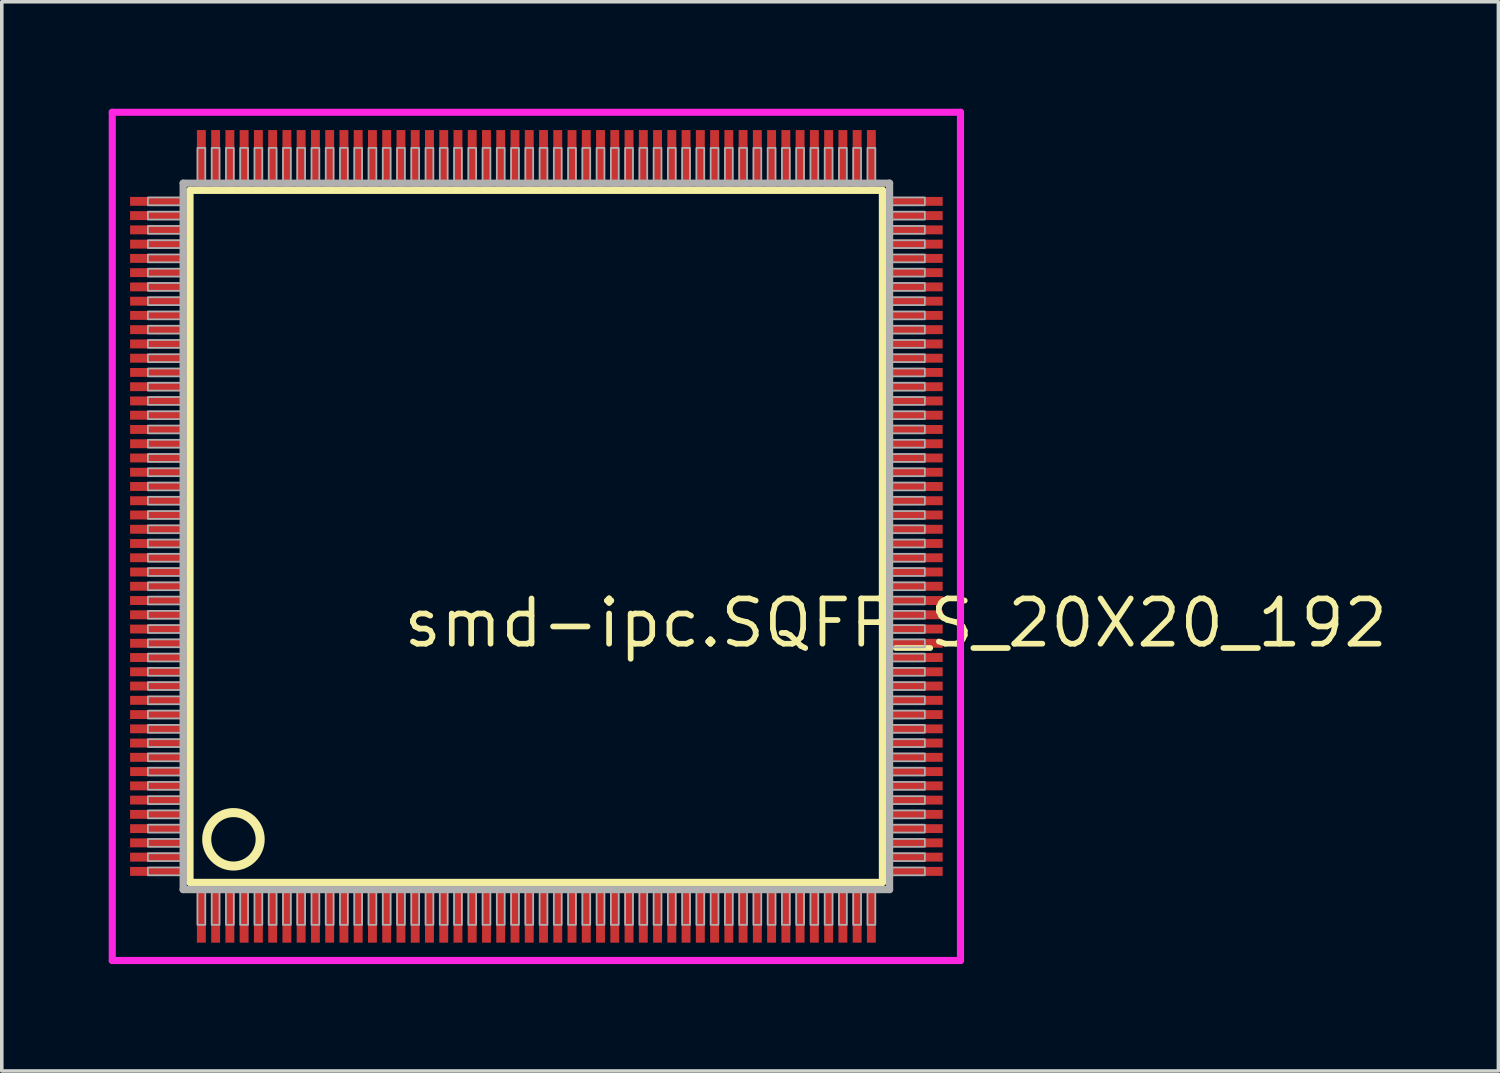
<source format=kicad_pcb>
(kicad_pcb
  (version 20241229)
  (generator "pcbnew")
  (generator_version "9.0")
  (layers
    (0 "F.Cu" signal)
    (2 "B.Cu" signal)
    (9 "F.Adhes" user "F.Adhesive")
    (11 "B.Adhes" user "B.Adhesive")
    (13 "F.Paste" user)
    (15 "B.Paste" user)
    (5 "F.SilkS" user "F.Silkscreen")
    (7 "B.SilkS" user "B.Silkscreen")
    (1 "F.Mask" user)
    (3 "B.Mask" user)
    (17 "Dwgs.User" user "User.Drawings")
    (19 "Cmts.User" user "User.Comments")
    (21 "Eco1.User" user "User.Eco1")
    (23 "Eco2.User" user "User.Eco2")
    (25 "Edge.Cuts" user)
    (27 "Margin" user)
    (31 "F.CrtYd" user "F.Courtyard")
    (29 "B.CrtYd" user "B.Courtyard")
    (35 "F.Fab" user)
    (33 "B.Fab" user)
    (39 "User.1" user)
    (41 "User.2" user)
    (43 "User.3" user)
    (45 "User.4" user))
  (footprint "smd-ipc.SQFP_S_20X20_192"
    (layer "F.Cu")
    (at 12 12)
    (property "Reference" "smd-ipc.SQFP_S_20X20_192" (at -3.81 3.175 0) (layer "F.SilkS") (effects (font (size 1.27 1.27) (thickness 0.16)) (justify left bottom)))
    (attr smd)
    (fp_line (start -9.72 -9.71) (end 9.71 -9.71) (stroke (width 0.203) (type default)) (layer "F.SilkS"))
    (fp_line (start -9.72 9.71) (end -9.72 -9.71) (stroke (width 0.203) (type default)) (layer "F.SilkS"))
    (fp_line (start 9.71 9.71) (end -9.72 9.71) (stroke (width 0.203) (type default)) (layer "F.SilkS"))
    (fp_line (start 9.71 -9.71) (end 9.71 9.71) (stroke (width 0.203) (type default)) (layer "F.SilkS"))
    (fp_circle (center -8.5 8.5) (end -7.75 8.5) (stroke (width 0.254) (type default)) (fill no) (layer "F.SilkS"))
    (fp_line (start -11.9 -11.9) (end 11.9 -11.9) (stroke (width 0.2) (type default)) (layer "F.CrtYd"))
    (fp_line (start -11.9 11.9) (end -11.9 -11.9) (stroke (width 0.2) (type default)) (layer "F.CrtYd"))
    (fp_line (start 11.9 -11.9) (end 11.9 11.9) (stroke (width 0.2) (type default)) (layer "F.CrtYd"))
    (fp_line (start 11.9 11.9) (end -11.9 11.9) (stroke (width 0.2) (type default)) (layer "F.CrtYd"))
    (fp_line (start -9.91 -9.91) (end -9.91 9.91) (stroke (width 0.203) (type default)) (layer "F.Fab"))
    (fp_line (start -9.91 9.91) (end 9.91 9.91) (stroke (width 0.203) (type default)) (layer "F.Fab"))
    (fp_line (start 9.91 -9.91) (end -9.91 -9.91) (stroke (width 0.203) (type default)) (layer "F.Fab"))
    (fp_line (start 9.91 9.91) (end 9.91 -9.91) (stroke (width 0.203) (type default)) (layer "F.Fab"))
    (fp_rect (start -10.9 -9.29) (end -9.95 -9.51) (stroke (width 0.05) (type default)) (fill no) (layer "F.Fab"))
    (fp_rect (start -10.9 -8.89) (end -9.95 -9.11) (stroke (width 0.05) (type default)) (fill no) (layer "F.Fab"))
    (fp_rect (start -10.9 -8.49) (end -9.95 -8.71) (stroke (width 0.05) (type default)) (fill no) (layer "F.Fab"))
    (fp_rect (start -10.9 -8.09) (end -9.95 -8.31) (stroke (width 0.05) (type default)) (fill no) (layer "F.Fab"))
    (fp_rect (start -10.9 -7.69) (end -9.95 -7.91) (stroke (width 0.05) (type default)) (fill no) (layer "F.Fab"))
    (fp_rect (start -10.9 -7.29) (end -9.95 -7.51) (stroke (width 0.05) (type default)) (fill no) (layer "F.Fab"))
    (fp_rect (start -10.9 -6.89) (end -9.95 -7.11) (stroke (width 0.05) (type default)) (fill no) (layer "F.Fab"))
    (fp_rect (start -10.9 -6.49) (end -9.95 -6.71) (stroke (width 0.05) (type default)) (fill no) (layer "F.Fab"))
    (fp_rect (start -10.9 -6.09) (end -9.95 -6.31) (stroke (width 0.05) (type default)) (fill no) (layer "F.Fab"))
    (fp_rect (start -10.9 -5.69) (end -9.95 -5.91) (stroke (width 0.05) (type default)) (fill no) (layer "F.Fab"))
    (fp_rect (start -10.9 -5.29) (end -9.95 -5.51) (stroke (width 0.05) (type default)) (fill no) (layer "F.Fab"))
    (fp_rect (start -10.9 -4.89) (end -9.95 -5.11) (stroke (width 0.05) (type default)) (fill no) (layer "F.Fab"))
    (fp_rect (start -10.9 -4.49) (end -9.95 -4.71) (stroke (width 0.05) (type default)) (fill no) (layer "F.Fab"))
    (fp_rect (start -10.9 -4.09) (end -9.95 -4.31) (stroke (width 0.05) (type default)) (fill no) (layer "F.Fab"))
    (fp_rect (start -10.9 -3.69) (end -9.95 -3.91) (stroke (width 0.05) (type default)) (fill no) (layer "F.Fab"))
    (fp_rect (start -10.9 -3.29) (end -9.95 -3.51) (stroke (width 0.05) (type default)) (fill no) (layer "F.Fab"))
    (fp_rect (start -10.9 -2.89) (end -9.95 -3.11) (stroke (width 0.05) (type default)) (fill no) (layer "F.Fab"))
    (fp_rect (start -10.9 -2.49) (end -9.95 -2.71) (stroke (width 0.05) (type default)) (fill no) (layer "F.Fab"))
    (fp_rect (start -10.9 -2.09) (end -9.95 -2.31) (stroke (width 0.05) (type default)) (fill no) (layer "F.Fab"))
    (fp_rect (start -10.9 -1.69) (end -9.95 -1.91) (stroke (width 0.05) (type default)) (fill no) (layer "F.Fab"))
    (fp_rect (start -10.9 -1.29) (end -9.95 -1.51) (stroke (width 0.05) (type default)) (fill no) (layer "F.Fab"))
    (fp_rect (start -10.9 -0.89) (end -9.95 -1.11) (stroke (width 0.05) (type default)) (fill no) (layer "F.Fab"))
    (fp_rect (start -10.9 -0.49) (end -9.95 -0.71) (stroke (width 0.05) (type default)) (fill no) (layer "F.Fab"))
    (fp_rect (start -10.9 -0.09) (end -9.95 -0.31) (stroke (width 0.05) (type default)) (fill no) (layer "F.Fab"))
    (fp_rect (start -10.9 0.31) (end -9.95 0.09) (stroke (width 0.05) (type default)) (fill no) (layer "F.Fab"))
    (fp_rect (start -10.9 0.71) (end -9.95 0.49) (stroke (width 0.05) (type default)) (fill no) (layer "F.Fab"))
    (fp_rect (start -10.9 1.11) (end -9.95 0.89) (stroke (width 0.05) (type default)) (fill no) (layer "F.Fab"))
    (fp_rect (start -10.9 1.51) (end -9.95 1.29) (stroke (width 0.05) (type default)) (fill no) (layer "F.Fab"))
    (fp_rect (start -10.9 1.91) (end -9.95 1.69) (stroke (width 0.05) (type default)) (fill no) (layer "F.Fab"))
    (fp_rect (start -10.9 2.31) (end -9.95 2.09) (stroke (width 0.05) (type default)) (fill no) (layer "F.Fab"))
    (fp_rect (start -10.9 2.71) (end -9.95 2.49) (stroke (width 0.05) (type default)) (fill no) (layer "F.Fab"))
    (fp_rect (start -10.9 3.11) (end -9.95 2.89) (stroke (width 0.05) (type default)) (fill no) (layer "F.Fab"))
    (fp_rect (start -10.9 3.51) (end -9.95 3.29) (stroke (width 0.05) (type default)) (fill no) (layer "F.Fab"))
    (fp_rect (start -10.9 3.91) (end -9.95 3.69) (stroke (width 0.05) (type default)) (fill no) (layer "F.Fab"))
    (fp_rect (start -10.9 4.31) (end -9.95 4.09) (stroke (width 0.05) (type default)) (fill no) (layer "F.Fab"))
    (fp_rect (start -10.9 4.71) (end -9.95 4.49) (stroke (width 0.05) (type default)) (fill no) (layer "F.Fab"))
    (fp_rect (start -10.9 5.11) (end -9.95 4.89) (stroke (width 0.05) (type default)) (fill no) (layer "F.Fab"))
    (fp_rect (start -10.9 5.51) (end -9.95 5.29) (stroke (width 0.05) (type default)) (fill no) (layer "F.Fab"))
    (fp_rect (start -10.9 5.91) (end -9.95 5.69) (stroke (width 0.05) (type default)) (fill no) (layer "F.Fab"))
    (fp_rect (start -10.9 6.31) (end -9.95 6.09) (stroke (width 0.05) (type default)) (fill no) (layer "F.Fab"))
    (fp_rect (start -10.9 6.71) (end -9.95 6.49) (stroke (width 0.05) (type default)) (fill no) (layer "F.Fab"))
    (fp_rect (start -10.9 7.11) (end -9.95 6.89) (stroke (width 0.05) (type default)) (fill no) (layer "F.Fab"))
    (fp_rect (start -10.9 7.51) (end -9.95 7.29) (stroke (width 0.05) (type default)) (fill no) (layer "F.Fab"))
    (fp_rect (start -10.9 7.91) (end -9.95 7.69) (stroke (width 0.05) (type default)) (fill no) (layer "F.Fab"))
    (fp_rect (start -10.9 8.31) (end -9.95 8.09) (stroke (width 0.05) (type default)) (fill no) (layer "F.Fab"))
    (fp_rect (start -10.9 8.71) (end -9.95 8.49) (stroke (width 0.05) (type default)) (fill no) (layer "F.Fab"))
    (fp_rect (start -10.9 9.11) (end -9.95 8.89) (stroke (width 0.05) (type default)) (fill no) (layer "F.Fab"))
    (fp_rect (start -10.9 9.51) (end -9.95 9.29) (stroke (width 0.05) (type default)) (fill no) (layer "F.Fab"))
    (fp_rect (start -9.51 -9.95) (end -9.29 -10.9) (stroke (width 0.05) (type default)) (fill no) (layer "F.Fab"))
    (fp_rect (start -9.51 10.9) (end -9.29 9.95) (stroke (width 0.05) (type default)) (fill no) (layer "F.Fab"))
    (fp_rect (start -9.11 -9.95) (end -8.89 -10.9) (stroke (width 0.05) (type default)) (fill no) (layer "F.Fab"))
    (fp_rect (start -9.11 10.9) (end -8.89 9.95) (stroke (width 0.05) (type default)) (fill no) (layer "F.Fab"))
    (fp_rect (start -8.71 -9.95) (end -8.49 -10.9) (stroke (width 0.05) (type default)) (fill no) (layer "F.Fab"))
    (fp_rect (start -8.71 10.9) (end -8.49 9.95) (stroke (width 0.05) (type default)) (fill no) (layer "F.Fab"))
    (fp_rect (start -8.31 -9.95) (end -8.09 -10.9) (stroke (width 0.05) (type default)) (fill no) (layer "F.Fab"))
    (fp_rect (start -8.31 10.9) (end -8.09 9.95) (stroke (width 0.05) (type default)) (fill no) (layer "F.Fab"))
    (fp_rect (start -7.91 -9.95) (end -7.69 -10.9) (stroke (width 0.05) (type default)) (fill no) (layer "F.Fab"))
    (fp_rect (start -7.91 10.9) (end -7.69 9.95) (stroke (width 0.05) (type default)) (fill no) (layer "F.Fab"))
    (fp_rect (start -7.51 -9.95) (end -7.29 -10.9) (stroke (width 0.05) (type default)) (fill no) (layer "F.Fab"))
    (fp_rect (start -7.51 10.9) (end -7.29 9.95) (stroke (width 0.05) (type default)) (fill no) (layer "F.Fab"))
    (fp_rect (start -7.11 -9.95) (end -6.89 -10.9) (stroke (width 0.05) (type default)) (fill no) (layer "F.Fab"))
    (fp_rect (start -7.11 10.9) (end -6.89 9.95) (stroke (width 0.05) (type default)) (fill no) (layer "F.Fab"))
    (fp_rect (start -6.71 -9.95) (end -6.49 -10.9) (stroke (width 0.05) (type default)) (fill no) (layer "F.Fab"))
    (fp_rect (start -6.71 10.9) (end -6.49 9.95) (stroke (width 0.05) (type default)) (fill no) (layer "F.Fab"))
    (fp_rect (start -6.31 -9.95) (end -6.09 -10.9) (stroke (width 0.05) (type default)) (fill no) (layer "F.Fab"))
    (fp_rect (start -6.31 10.9) (end -6.09 9.95) (stroke (width 0.05) (type default)) (fill no) (layer "F.Fab"))
    (fp_rect (start -5.91 -9.95) (end -5.69 -10.9) (stroke (width 0.05) (type default)) (fill no) (layer "F.Fab"))
    (fp_rect (start -5.91 10.9) (end -5.69 9.95) (stroke (width 0.05) (type default)) (fill no) (layer "F.Fab"))
    (fp_rect (start -5.51 -9.95) (end -5.29 -10.9) (stroke (width 0.05) (type default)) (fill no) (layer "F.Fab"))
    (fp_rect (start -5.51 10.9) (end -5.29 9.95) (stroke (width 0.05) (type default)) (fill no) (layer "F.Fab"))
    (fp_rect (start -5.11 -9.95) (end -4.89 -10.9) (stroke (width 0.05) (type default)) (fill no) (layer "F.Fab"))
    (fp_rect (start -5.11 10.9) (end -4.89 9.95) (stroke (width 0.05) (type default)) (fill no) (layer "F.Fab"))
    (fp_rect (start -4.71 -9.95) (end -4.49 -10.9) (stroke (width 0.05) (type default)) (fill no) (layer "F.Fab"))
    (fp_rect (start -4.71 10.9) (end -4.49 9.95) (stroke (width 0.05) (type default)) (fill no) (layer "F.Fab"))
    (fp_rect (start -4.31 -9.95) (end -4.09 -10.9) (stroke (width 0.05) (type default)) (fill no) (layer "F.Fab"))
    (fp_rect (start -4.31 10.9) (end -4.09 9.95) (stroke (width 0.05) (type default)) (fill no) (layer "F.Fab"))
    (fp_rect (start -3.91 -9.95) (end -3.69 -10.9) (stroke (width 0.05) (type default)) (fill no) (layer "F.Fab"))
    (fp_rect (start -3.91 10.9) (end -3.69 9.95) (stroke (width 0.05) (type default)) (fill no) (layer "F.Fab"))
    (fp_rect (start -3.51 -9.95) (end -3.29 -10.9) (stroke (width 0.05) (type default)) (fill no) (layer "F.Fab"))
    (fp_rect (start -3.51 10.9) (end -3.29 9.95) (stroke (width 0.05) (type default)) (fill no) (layer "F.Fab"))
    (fp_rect (start -3.11 -9.95) (end -2.89 -10.9) (stroke (width 0.05) (type default)) (fill no) (layer "F.Fab"))
    (fp_rect (start -3.11 10.9) (end -2.89 9.95) (stroke (width 0.05) (type default)) (fill no) (layer "F.Fab"))
    (fp_rect (start -2.71 -9.95) (end -2.49 -10.9) (stroke (width 0.05) (type default)) (fill no) (layer "F.Fab"))
    (fp_rect (start -2.71 10.9) (end -2.49 9.95) (stroke (width 0.05) (type default)) (fill no) (layer "F.Fab"))
    (fp_rect (start -2.31 -9.95) (end -2.09 -10.9) (stroke (width 0.05) (type default)) (fill no) (layer "F.Fab"))
    (fp_rect (start -2.31 10.9) (end -2.09 9.95) (stroke (width 0.05) (type default)) (fill no) (layer "F.Fab"))
    (fp_rect (start -1.91 -9.95) (end -1.69 -10.9) (stroke (width 0.05) (type default)) (fill no) (layer "F.Fab"))
    (fp_rect (start -1.91 10.9) (end -1.69 9.95) (stroke (width 0.05) (type default)) (fill no) (layer "F.Fab"))
    (fp_rect (start -1.51 -9.95) (end -1.29 -10.9) (stroke (width 0.05) (type default)) (fill no) (layer "F.Fab"))
    (fp_rect (start -1.51 10.9) (end -1.29 9.95) (stroke (width 0.05) (type default)) (fill no) (layer "F.Fab"))
    (fp_rect (start -1.11 -9.95) (end -0.89 -10.9) (stroke (width 0.05) (type default)) (fill no) (layer "F.Fab"))
    (fp_rect (start -1.11 10.9) (end -0.89 9.95) (stroke (width 0.05) (type default)) (fill no) (layer "F.Fab"))
    (fp_rect (start -0.71 -9.95) (end -0.49 -10.9) (stroke (width 0.05) (type default)) (fill no) (layer "F.Fab"))
    (fp_rect (start -0.71 10.9) (end -0.49 9.95) (stroke (width 0.05) (type default)) (fill no) (layer "F.Fab"))
    (fp_rect (start -0.31 -9.95) (end -0.09 -10.9) (stroke (width 0.05) (type default)) (fill no) (layer "F.Fab"))
    (fp_rect (start -0.31 10.9) (end -0.09 9.95) (stroke (width 0.05) (type default)) (fill no) (layer "F.Fab"))
    (fp_rect (start 0.09 -9.95) (end 0.31 -10.9) (stroke (width 0.05) (type default)) (fill no) (layer "F.Fab"))
    (fp_rect (start 0.09 10.9) (end 0.31 9.95) (stroke (width 0.05) (type default)) (fill no) (layer "F.Fab"))
    (fp_rect (start 0.49 -9.95) (end 0.71 -10.9) (stroke (width 0.05) (type default)) (fill no) (layer "F.Fab"))
    (fp_rect (start 0.49 10.9) (end 0.71 9.95) (stroke (width 0.05) (type default)) (fill no) (layer "F.Fab"))
    (fp_rect (start 0.89 -9.95) (end 1.11 -10.9) (stroke (width 0.05) (type default)) (fill no) (layer "F.Fab"))
    (fp_rect (start 0.89 10.9) (end 1.11 9.95) (stroke (width 0.05) (type default)) (fill no) (layer "F.Fab"))
    (fp_rect (start 1.29 -9.95) (end 1.51 -10.9) (stroke (width 0.05) (type default)) (fill no) (layer "F.Fab"))
    (fp_rect (start 1.29 10.9) (end 1.51 9.95) (stroke (width 0.05) (type default)) (fill no) (layer "F.Fab"))
    (fp_rect (start 1.69 -9.95) (end 1.91 -10.9) (stroke (width 0.05) (type default)) (fill no) (layer "F.Fab"))
    (fp_rect (start 1.69 10.9) (end 1.91 9.95) (stroke (width 0.05) (type default)) (fill no) (layer "F.Fab"))
    (fp_rect (start 2.09 -9.95) (end 2.31 -10.9) (stroke (width 0.05) (type default)) (fill no) (layer "F.Fab"))
    (fp_rect (start 2.09 10.9) (end 2.31 9.95) (stroke (width 0.05) (type default)) (fill no) (layer "F.Fab"))
    (fp_rect (start 2.49 -9.95) (end 2.71 -10.9) (stroke (width 0.05) (type default)) (fill no) (layer "F.Fab"))
    (fp_rect (start 2.49 10.9) (end 2.71 9.95) (stroke (width 0.05) (type default)) (fill no) (layer "F.Fab"))
    (fp_rect (start 2.89 -9.95) (end 3.11 -10.9) (stroke (width 0.05) (type default)) (fill no) (layer "F.Fab"))
    (fp_rect (start 2.89 10.9) (end 3.11 9.95) (stroke (width 0.05) (type default)) (fill no) (layer "F.Fab"))
    (fp_rect (start 3.29 -9.95) (end 3.51 -10.9) (stroke (width 0.05) (type default)) (fill no) (layer "F.Fab"))
    (fp_rect (start 3.29 10.9) (end 3.51 9.95) (stroke (width 0.05) (type default)) (fill no) (layer "F.Fab"))
    (fp_rect (start 3.69 -9.95) (end 3.91 -10.9) (stroke (width 0.05) (type default)) (fill no) (layer "F.Fab"))
    (fp_rect (start 3.69 10.9) (end 3.91 9.95) (stroke (width 0.05) (type default)) (fill no) (layer "F.Fab"))
    (fp_rect (start 4.09 -9.95) (end 4.31 -10.9) (stroke (width 0.05) (type default)) (fill no) (layer "F.Fab"))
    (fp_rect (start 4.09 10.9) (end 4.31 9.95) (stroke (width 0.05) (type default)) (fill no) (layer "F.Fab"))
    (fp_rect (start 4.49 -9.95) (end 4.71 -10.9) (stroke (width 0.05) (type default)) (fill no) (layer "F.Fab"))
    (fp_rect (start 4.49 10.9) (end 4.71 9.95) (stroke (width 0.05) (type default)) (fill no) (layer "F.Fab"))
    (fp_rect (start 4.89 -9.95) (end 5.11 -10.9) (stroke (width 0.05) (type default)) (fill no) (layer "F.Fab"))
    (fp_rect (start 4.89 10.9) (end 5.11 9.95) (stroke (width 0.05) (type default)) (fill no) (layer "F.Fab"))
    (fp_rect (start 5.29 -9.95) (end 5.51 -10.9) (stroke (width 0.05) (type default)) (fill no) (layer "F.Fab"))
    (fp_rect (start 5.29 10.9) (end 5.51 9.95) (stroke (width 0.05) (type default)) (fill no) (layer "F.Fab"))
    (fp_rect (start 5.69 -9.95) (end 5.91 -10.9) (stroke (width 0.05) (type default)) (fill no) (layer "F.Fab"))
    (fp_rect (start 5.69 10.9) (end 5.91 9.95) (stroke (width 0.05) (type default)) (fill no) (layer "F.Fab"))
    (fp_rect (start 6.09 -9.95) (end 6.31 -10.9) (stroke (width 0.05) (type default)) (fill no) (layer "F.Fab"))
    (fp_rect (start 6.09 10.9) (end 6.31 9.95) (stroke (width 0.05) (type default)) (fill no) (layer "F.Fab"))
    (fp_rect (start 6.49 -9.95) (end 6.71 -10.9) (stroke (width 0.05) (type default)) (fill no) (layer "F.Fab"))
    (fp_rect (start 6.49 10.9) (end 6.71 9.95) (stroke (width 0.05) (type default)) (fill no) (layer "F.Fab"))
    (fp_rect (start 6.89 -9.95) (end 7.11 -10.9) (stroke (width 0.05) (type default)) (fill no) (layer "F.Fab"))
    (fp_rect (start 6.89 10.9) (end 7.11 9.95) (stroke (width 0.05) (type default)) (fill no) (layer "F.Fab"))
    (fp_rect (start 7.29 -9.95) (end 7.51 -10.9) (stroke (width 0.05) (type default)) (fill no) (layer "F.Fab"))
    (fp_rect (start 7.29 10.9) (end 7.51 9.95) (stroke (width 0.05) (type default)) (fill no) (layer "F.Fab"))
    (fp_rect (start 7.69 -9.95) (end 7.91 -10.9) (stroke (width 0.05) (type default)) (fill no) (layer "F.Fab"))
    (fp_rect (start 7.69 10.9) (end 7.91 9.95) (stroke (width 0.05) (type default)) (fill no) (layer "F.Fab"))
    (fp_rect (start 8.09 -9.95) (end 8.31 -10.9) (stroke (width 0.05) (type default)) (fill no) (layer "F.Fab"))
    (fp_rect (start 8.09 10.9) (end 8.31 9.95) (stroke (width 0.05) (type default)) (fill no) (layer "F.Fab"))
    (fp_rect (start 8.49 -9.95) (end 8.71 -10.9) (stroke (width 0.05) (type default)) (fill no) (layer "F.Fab"))
    (fp_rect (start 8.49 10.9) (end 8.71 9.95) (stroke (width 0.05) (type default)) (fill no) (layer "F.Fab"))
    (fp_rect (start 8.89 -9.95) (end 9.11 -10.9) (stroke (width 0.05) (type default)) (fill no) (layer "F.Fab"))
    (fp_rect (start 8.89 10.9) (end 9.11 9.95) (stroke (width 0.05) (type default)) (fill no) (layer "F.Fab"))
    (fp_rect (start 9.29 -9.95) (end 9.51 -10.9) (stroke (width 0.05) (type default)) (fill no) (layer "F.Fab"))
    (fp_rect (start 9.29 10.9) (end 9.51 9.95) (stroke (width 0.05) (type default)) (fill no) (layer "F.Fab"))
    (fp_rect (start 9.95 -9.29) (end 10.9 -9.51) (stroke (width 0.05) (type default)) (fill no) (layer "F.Fab"))
    (fp_rect (start 9.95 -8.89) (end 10.9 -9.11) (stroke (width 0.05) (type default)) (fill no) (layer "F.Fab"))
    (fp_rect (start 9.95 -8.49) (end 10.9 -8.71) (stroke (width 0.05) (type default)) (fill no) (layer "F.Fab"))
    (fp_rect (start 9.95 -8.09) (end 10.9 -8.31) (stroke (width 0.05) (type default)) (fill no) (layer "F.Fab"))
    (fp_rect (start 9.95 -7.69) (end 10.9 -7.91) (stroke (width 0.05) (type default)) (fill no) (layer "F.Fab"))
    (fp_rect (start 9.95 -7.29) (end 10.9 -7.51) (stroke (width 0.05) (type default)) (fill no) (layer "F.Fab"))
    (fp_rect (start 9.95 -6.89) (end 10.9 -7.11) (stroke (width 0.05) (type default)) (fill no) (layer "F.Fab"))
    (fp_rect (start 9.95 -6.49) (end 10.9 -6.71) (stroke (width 0.05) (type default)) (fill no) (layer "F.Fab"))
    (fp_rect (start 9.95 -6.09) (end 10.9 -6.31) (stroke (width 0.05) (type default)) (fill no) (layer "F.Fab"))
    (fp_rect (start 9.95 -5.69) (end 10.9 -5.91) (stroke (width 0.05) (type default)) (fill no) (layer "F.Fab"))
    (fp_rect (start 9.95 -5.29) (end 10.9 -5.51) (stroke (width 0.05) (type default)) (fill no) (layer "F.Fab"))
    (fp_rect (start 9.95 -4.89) (end 10.9 -5.11) (stroke (width 0.05) (type default)) (fill no) (layer "F.Fab"))
    (fp_rect (start 9.95 -4.49) (end 10.9 -4.71) (stroke (width 0.05) (type default)) (fill no) (layer "F.Fab"))
    (fp_rect (start 9.95 -4.09) (end 10.9 -4.31) (stroke (width 0.05) (type default)) (fill no) (layer "F.Fab"))
    (fp_rect (start 9.95 -3.69) (end 10.9 -3.91) (stroke (width 0.05) (type default)) (fill no) (layer "F.Fab"))
    (fp_rect (start 9.95 -3.29) (end 10.9 -3.51) (stroke (width 0.05) (type default)) (fill no) (layer "F.Fab"))
    (fp_rect (start 9.95 -2.89) (end 10.9 -3.11) (stroke (width 0.05) (type default)) (fill no) (layer "F.Fab"))
    (fp_rect (start 9.95 -2.49) (end 10.9 -2.71) (stroke (width 0.05) (type default)) (fill no) (layer "F.Fab"))
    (fp_rect (start 9.95 -2.09) (end 10.9 -2.31) (stroke (width 0.05) (type default)) (fill no) (layer "F.Fab"))
    (fp_rect (start 9.95 -1.69) (end 10.9 -1.91) (stroke (width 0.05) (type default)) (fill no) (layer "F.Fab"))
    (fp_rect (start 9.95 -1.29) (end 10.9 -1.51) (stroke (width 0.05) (type default)) (fill no) (layer "F.Fab"))
    (fp_rect (start 9.95 -0.89) (end 10.9 -1.11) (stroke (width 0.05) (type default)) (fill no) (layer "F.Fab"))
    (fp_rect (start 9.95 -0.49) (end 10.9 -0.71) (stroke (width 0.05) (type default)) (fill no) (layer "F.Fab"))
    (fp_rect (start 9.95 -0.09) (end 10.9 -0.31) (stroke (width 0.05) (type default)) (fill no) (layer "F.Fab"))
    (fp_rect (start 9.95 0.31) (end 10.9 0.09) (stroke (width 0.05) (type default)) (fill no) (layer "F.Fab"))
    (fp_rect (start 9.95 0.71) (end 10.9 0.49) (stroke (width 0.05) (type default)) (fill no) (layer "F.Fab"))
    (fp_rect (start 9.95 1.11) (end 10.9 0.89) (stroke (width 0.05) (type default)) (fill no) (layer "F.Fab"))
    (fp_rect (start 9.95 1.51) (end 10.9 1.29) (stroke (width 0.05) (type default)) (fill no) (layer "F.Fab"))
    (fp_rect (start 9.95 1.91) (end 10.9 1.69) (stroke (width 0.05) (type default)) (fill no) (layer "F.Fab"))
    (fp_rect (start 9.95 2.31) (end 10.9 2.09) (stroke (width 0.05) (type default)) (fill no) (layer "F.Fab"))
    (fp_rect (start 9.95 2.71) (end 10.9 2.49) (stroke (width 0.05) (type default)) (fill no) (layer "F.Fab"))
    (fp_rect (start 9.95 3.11) (end 10.9 2.89) (stroke (width 0.05) (type default)) (fill no) (layer "F.Fab"))
    (fp_rect (start 9.95 3.51) (end 10.9 3.29) (stroke (width 0.05) (type default)) (fill no) (layer "F.Fab"))
    (fp_rect (start 9.95 3.91) (end 10.9 3.69) (stroke (width 0.05) (type default)) (fill no) (layer "F.Fab"))
    (fp_rect (start 9.95 4.31) (end 10.9 4.09) (stroke (width 0.05) (type default)) (fill no) (layer "F.Fab"))
    (fp_rect (start 9.95 4.71) (end 10.9 4.49) (stroke (width 0.05) (type default)) (fill no) (layer "F.Fab"))
    (fp_rect (start 9.95 5.11) (end 10.9 4.89) (stroke (width 0.05) (type default)) (fill no) (layer "F.Fab"))
    (fp_rect (start 9.95 5.51) (end 10.9 5.29) (stroke (width 0.05) (type default)) (fill no) (layer "F.Fab"))
    (fp_rect (start 9.95 5.91) (end 10.9 5.69) (stroke (width 0.05) (type default)) (fill no) (layer "F.Fab"))
    (fp_rect (start 9.95 6.31) (end 10.9 6.09) (stroke (width 0.05) (type default)) (fill no) (layer "F.Fab"))
    (fp_rect (start 9.95 6.71) (end 10.9 6.49) (stroke (width 0.05) (type default)) (fill no) (layer "F.Fab"))
    (fp_rect (start 9.95 7.11) (end 10.9 6.89) (stroke (width 0.05) (type default)) (fill no) (layer "F.Fab"))
    (fp_rect (start 9.95 7.51) (end 10.9 7.29) (stroke (width 0.05) (type default)) (fill no) (layer "F.Fab"))
    (fp_rect (start 9.95 7.91) (end 10.9 7.69) (stroke (width 0.05) (type default)) (fill no) (layer "F.Fab"))
    (fp_rect (start 9.95 8.31) (end 10.9 8.09) (stroke (width 0.05) (type default)) (fill no) (layer "F.Fab"))
    (fp_rect (start 9.95 8.71) (end 10.9 8.49) (stroke (width 0.05) (type default)) (fill no) (layer "F.Fab"))
    (fp_rect (start 9.95 9.11) (end 10.9 8.89) (stroke (width 0.05) (type default)) (fill no) (layer "F.Fab"))
    (fp_rect (start 9.95 9.51) (end 10.9 9.29) (stroke (width 0.05) (type default)) (fill no) (layer "F.Fab"))
    (pad "1" smd roundrect (at -9.4 10.6) (size 0.25 1.6) (layers "F.Cu" "F.Mask" "F.Paste") (roundrect_rratio 0.01))
    (pad "2" smd roundrect (at -9 10.6) (size 0.25 1.6) (layers "F.Cu" "F.Mask" "F.Paste") (roundrect_rratio 0.01))
    (pad "3" smd roundrect (at -8.6 10.6) (size 0.25 1.6) (layers "F.Cu" "F.Mask" "F.Paste") (roundrect_rratio 0.01))
    (pad "4" smd roundrect (at -8.2 10.6) (size 0.25 1.6) (layers "F.Cu" "F.Mask" "F.Paste") (roundrect_rratio 0.01))
    (pad "5" smd roundrect (at -7.8 10.6) (size 0.25 1.6) (layers "F.Cu" "F.Mask" "F.Paste") (roundrect_rratio 0.01))
    (pad "6" smd roundrect (at -7.4 10.6) (size 0.25 1.6) (layers "F.Cu" "F.Mask" "F.Paste") (roundrect_rratio 0.01))
    (pad "7" smd roundrect (at -7 10.6) (size 0.25 1.6) (layers "F.Cu" "F.Mask" "F.Paste") (roundrect_rratio 0.01))
    (pad "8" smd roundrect (at -6.6 10.6) (size 0.25 1.6) (layers "F.Cu" "F.Mask" "F.Paste") (roundrect_rratio 0.01))
    (pad "9" smd roundrect (at -6.2 10.6) (size 0.25 1.6) (layers "F.Cu" "F.Mask" "F.Paste") (roundrect_rratio 0.01))
    (pad "10" smd roundrect (at -5.8 10.6) (size 0.25 1.6) (layers "F.Cu" "F.Mask" "F.Paste") (roundrect_rratio 0.01))
    (pad "11" smd roundrect (at -5.4 10.6) (size 0.25 1.6) (layers "F.Cu" "F.Mask" "F.Paste") (roundrect_rratio 0.01))
    (pad "12" smd roundrect (at -5 10.6) (size 0.25 1.6) (layers "F.Cu" "F.Mask" "F.Paste") (roundrect_rratio 0.01))
    (pad "13" smd roundrect (at -4.6 10.6) (size 0.25 1.6) (layers "F.Cu" "F.Mask" "F.Paste") (roundrect_rratio 0.01))
    (pad "14" smd roundrect (at -4.2 10.6) (size 0.25 1.6) (layers "F.Cu" "F.Mask" "F.Paste") (roundrect_rratio 0.01))
    (pad "15" smd roundrect (at -3.8 10.6) (size 0.25 1.6) (layers "F.Cu" "F.Mask" "F.Paste") (roundrect_rratio 0.01))
    (pad "16" smd roundrect (at -3.4 10.6) (size 0.25 1.6) (layers "F.Cu" "F.Mask" "F.Paste") (roundrect_rratio 0.01))
    (pad "17" smd roundrect (at -3 10.6) (size 0.25 1.6) (layers "F.Cu" "F.Mask" "F.Paste") (roundrect_rratio 0.01))
    (pad "18" smd roundrect (at -2.6 10.6) (size 0.25 1.6) (layers "F.Cu" "F.Mask" "F.Paste") (roundrect_rratio 0.01))
    (pad "19" smd roundrect (at -2.2 10.6) (size 0.25 1.6) (layers "F.Cu" "F.Mask" "F.Paste") (roundrect_rratio 0.01))
    (pad "20" smd roundrect (at -1.8 10.6) (size 0.25 1.6) (layers "F.Cu" "F.Mask" "F.Paste") (roundrect_rratio 0.01))
    (pad "21" smd roundrect (at -1.4 10.6) (size 0.25 1.6) (layers "F.Cu" "F.Mask" "F.Paste") (roundrect_rratio 0.01))
    (pad "22" smd roundrect (at -1 10.6) (size 0.25 1.6) (layers "F.Cu" "F.Mask" "F.Paste") (roundrect_rratio 0.01))
    (pad "23" smd roundrect (at -0.6 10.6) (size 0.25 1.6) (layers "F.Cu" "F.Mask" "F.Paste") (roundrect_rratio 0.01))
    (pad "24" smd roundrect (at -0.2 10.6) (size 0.25 1.6) (layers "F.Cu" "F.Mask" "F.Paste") (roundrect_rratio 0.01))
    (pad "25" smd roundrect (at 0.2 10.6) (size 0.25 1.6) (layers "F.Cu" "F.Mask" "F.Paste") (roundrect_rratio 0.01))
    (pad "26" smd roundrect (at 0.6 10.6) (size 0.25 1.6) (layers "F.Cu" "F.Mask" "F.Paste") (roundrect_rratio 0.01))
    (pad "27" smd roundrect (at 1 10.6) (size 0.25 1.6) (layers "F.Cu" "F.Mask" "F.Paste") (roundrect_rratio 0.01))
    (pad "28" smd roundrect (at 1.4 10.6) (size 0.25 1.6) (layers "F.Cu" "F.Mask" "F.Paste") (roundrect_rratio 0.01))
    (pad "29" smd roundrect (at 1.8 10.6) (size 0.25 1.6) (layers "F.Cu" "F.Mask" "F.Paste") (roundrect_rratio 0.01))
    (pad "30" smd roundrect (at 2.2 10.6) (size 0.25 1.6) (layers "F.Cu" "F.Mask" "F.Paste") (roundrect_rratio 0.01))
    (pad "31" smd roundrect (at 2.6 10.6) (size 0.25 1.6) (layers "F.Cu" "F.Mask" "F.Paste") (roundrect_rratio 0.01))
    (pad "32" smd roundrect (at 3 10.6) (size 0.25 1.6) (layers "F.Cu" "F.Mask" "F.Paste") (roundrect_rratio 0.01))
    (pad "33" smd roundrect (at 3.4 10.6) (size 0.25 1.6) (layers "F.Cu" "F.Mask" "F.Paste") (roundrect_rratio 0.01))
    (pad "34" smd roundrect (at 3.8 10.6) (size 0.25 1.6) (layers "F.Cu" "F.Mask" "F.Paste") (roundrect_rratio 0.01))
    (pad "35" smd roundrect (at 4.2 10.6) (size 0.25 1.6) (layers "F.Cu" "F.Mask" "F.Paste") (roundrect_rratio 0.01))
    (pad "36" smd roundrect (at 4.6 10.6) (size 0.25 1.6) (layers "F.Cu" "F.Mask" "F.Paste") (roundrect_rratio 0.01))
    (pad "37" smd roundrect (at 5 10.6) (size 0.25 1.6) (layers "F.Cu" "F.Mask" "F.Paste") (roundrect_rratio 0.01))
    (pad "38" smd roundrect (at 5.4 10.6) (size 0.25 1.6) (layers "F.Cu" "F.Mask" "F.Paste") (roundrect_rratio 0.01))
    (pad "39" smd roundrect (at 5.8 10.6) (size 0.25 1.6) (layers "F.Cu" "F.Mask" "F.Paste") (roundrect_rratio 0.01))
    (pad "40" smd roundrect (at 6.2 10.6) (size 0.25 1.6) (layers "F.Cu" "F.Mask" "F.Paste") (roundrect_rratio 0.01))
    (pad "41" smd roundrect (at 6.6 10.6) (size 0.25 1.6) (layers "F.Cu" "F.Mask" "F.Paste") (roundrect_rratio 0.01))
    (pad "42" smd roundrect (at 7 10.6) (size 0.25 1.6) (layers "F.Cu" "F.Mask" "F.Paste") (roundrect_rratio 0.01))
    (pad "43" smd roundrect (at 7.4 10.6) (size 0.25 1.6) (layers "F.Cu" "F.Mask" "F.Paste") (roundrect_rratio 0.01))
    (pad "44" smd roundrect (at 7.8 10.6) (size 0.25 1.6) (layers "F.Cu" "F.Mask" "F.Paste") (roundrect_rratio 0.01))
    (pad "45" smd roundrect (at 8.2 10.6) (size 0.25 1.6) (layers "F.Cu" "F.Mask" "F.Paste") (roundrect_rratio 0.01))
    (pad "46" smd roundrect (at 8.6 10.6) (size 0.25 1.6) (layers "F.Cu" "F.Mask" "F.Paste") (roundrect_rratio 0.01))
    (pad "47" smd roundrect (at 9 10.6) (size 0.25 1.6) (layers "F.Cu" "F.Mask" "F.Paste") (roundrect_rratio 0.01))
    (pad "48" smd roundrect (at 9.4 10.6) (size 0.25 1.6) (layers "F.Cu" "F.Mask" "F.Paste") (roundrect_rratio 0.01))
    (pad "49" smd roundrect (at 10.6 9.4) (size 1.6 0.25) (layers "F.Cu" "F.Mask" "F.Paste") (roundrect_rratio 0.01))
    (pad "50" smd roundrect (at 10.6 9) (size 1.6 0.25) (layers "F.Cu" "F.Mask" "F.Paste") (roundrect_rratio 0.01))
    (pad "51" smd roundrect (at 10.6 8.6) (size 1.6 0.25) (layers "F.Cu" "F.Mask" "F.Paste") (roundrect_rratio 0.01))
    (pad "52" smd roundrect (at 10.6 8.2) (size 1.6 0.25) (layers "F.Cu" "F.Mask" "F.Paste") (roundrect_rratio 0.01))
    (pad "53" smd roundrect (at 10.6 7.8) (size 1.6 0.25) (layers "F.Cu" "F.Mask" "F.Paste") (roundrect_rratio 0.01))
    (pad "54" smd roundrect (at 10.6 7.4) (size 1.6 0.25) (layers "F.Cu" "F.Mask" "F.Paste") (roundrect_rratio 0.01))
    (pad "55" smd roundrect (at 10.6 7) (size 1.6 0.25) (layers "F.Cu" "F.Mask" "F.Paste") (roundrect_rratio 0.01))
    (pad "56" smd roundrect (at 10.6 6.6) (size 1.6 0.25) (layers "F.Cu" "F.Mask" "F.Paste") (roundrect_rratio 0.01))
    (pad "57" smd roundrect (at 10.6 6.2) (size 1.6 0.25) (layers "F.Cu" "F.Mask" "F.Paste") (roundrect_rratio 0.01))
    (pad "58" smd roundrect (at 10.6 5.8) (size 1.6 0.25) (layers "F.Cu" "F.Mask" "F.Paste") (roundrect_rratio 0.01))
    (pad "59" smd roundrect (at 10.6 5.4) (size 1.6 0.25) (layers "F.Cu" "F.Mask" "F.Paste") (roundrect_rratio 0.01))
    (pad "60" smd roundrect (at 10.6 5) (size 1.6 0.25) (layers "F.Cu" "F.Mask" "F.Paste") (roundrect_rratio 0.01))
    (pad "61" smd roundrect (at 10.6 4.6) (size 1.6 0.25) (layers "F.Cu" "F.Mask" "F.Paste") (roundrect_rratio 0.01))
    (pad "62" smd roundrect (at 10.6 4.2) (size 1.6 0.25) (layers "F.Cu" "F.Mask" "F.Paste") (roundrect_rratio 0.01))
    (pad "63" smd roundrect (at 10.6 3.8) (size 1.6 0.25) (layers "F.Cu" "F.Mask" "F.Paste") (roundrect_rratio 0.01))
    (pad "64" smd roundrect (at 10.6 3.4) (size 1.6 0.25) (layers "F.Cu" "F.Mask" "F.Paste") (roundrect_rratio 0.01))
    (pad "65" smd roundrect (at 10.6 3) (size 1.6 0.25) (layers "F.Cu" "F.Mask" "F.Paste") (roundrect_rratio 0.01))
    (pad "66" smd roundrect (at 10.6 2.6) (size 1.6 0.25) (layers "F.Cu" "F.Mask" "F.Paste") (roundrect_rratio 0.01))
    (pad "67" smd roundrect (at 10.6 2.2) (size 1.6 0.25) (layers "F.Cu" "F.Mask" "F.Paste") (roundrect_rratio 0.01))
    (pad "68" smd roundrect (at 10.6 1.8) (size 1.6 0.25) (layers "F.Cu" "F.Mask" "F.Paste") (roundrect_rratio 0.01))
    (pad "69" smd roundrect (at 10.6 1.4) (size 1.6 0.25) (layers "F.Cu" "F.Mask" "F.Paste") (roundrect_rratio 0.01))
    (pad "70" smd roundrect (at 10.6 1) (size 1.6 0.25) (layers "F.Cu" "F.Mask" "F.Paste") (roundrect_rratio 0.01))
    (pad "71" smd roundrect (at 10.6 0.6) (size 1.6 0.25) (layers "F.Cu" "F.Mask" "F.Paste") (roundrect_rratio 0.01))
    (pad "72" smd roundrect (at 10.6 0.2) (size 1.6 0.25) (layers "F.Cu" "F.Mask" "F.Paste") (roundrect_rratio 0.01))
    (pad "73" smd roundrect (at 10.6 -0.2) (size 1.6 0.25) (layers "F.Cu" "F.Mask" "F.Paste") (roundrect_rratio 0.01))
    (pad "74" smd roundrect (at 10.6 -0.6) (size 1.6 0.25) (layers "F.Cu" "F.Mask" "F.Paste") (roundrect_rratio 0.01))
    (pad "75" smd roundrect (at 10.6 -1) (size 1.6 0.25) (layers "F.Cu" "F.Mask" "F.Paste") (roundrect_rratio 0.01))
    (pad "76" smd roundrect (at 10.6 -1.4) (size 1.6 0.25) (layers "F.Cu" "F.Mask" "F.Paste") (roundrect_rratio 0.01))
    (pad "77" smd roundrect (at 10.6 -1.8) (size 1.6 0.25) (layers "F.Cu" "F.Mask" "F.Paste") (roundrect_rratio 0.01))
    (pad "78" smd roundrect (at 10.6 -2.2) (size 1.6 0.25) (layers "F.Cu" "F.Mask" "F.Paste") (roundrect_rratio 0.01))
    (pad "79" smd roundrect (at 10.6 -2.6) (size 1.6 0.25) (layers "F.Cu" "F.Mask" "F.Paste") (roundrect_rratio 0.01))
    (pad "80" smd roundrect (at 10.6 -3) (size 1.6 0.25) (layers "F.Cu" "F.Mask" "F.Paste") (roundrect_rratio 0.01))
    (pad "81" smd roundrect (at 10.6 -3.4) (size 1.6 0.25) (layers "F.Cu" "F.Mask" "F.Paste") (roundrect_rratio 0.01))
    (pad "82" smd roundrect (at 10.6 -3.8) (size 1.6 0.25) (layers "F.Cu" "F.Mask" "F.Paste") (roundrect_rratio 0.01))
    (pad "83" smd roundrect (at 10.6 -4.2) (size 1.6 0.25) (layers "F.Cu" "F.Mask" "F.Paste") (roundrect_rratio 0.01))
    (pad "84" smd roundrect (at 10.6 -4.6) (size 1.6 0.25) (layers "F.Cu" "F.Mask" "F.Paste") (roundrect_rratio 0.01))
    (pad "85" smd roundrect (at 10.6 -5) (size 1.6 0.25) (layers "F.Cu" "F.Mask" "F.Paste") (roundrect_rratio 0.01))
    (pad "86" smd roundrect (at 10.6 -5.4) (size 1.6 0.25) (layers "F.Cu" "F.Mask" "F.Paste") (roundrect_rratio 0.01))
    (pad "87" smd roundrect (at 10.6 -5.8) (size 1.6 0.25) (layers "F.Cu" "F.Mask" "F.Paste") (roundrect_rratio 0.01))
    (pad "88" smd roundrect (at 10.6 -6.2) (size 1.6 0.25) (layers "F.Cu" "F.Mask" "F.Paste") (roundrect_rratio 0.01))
    (pad "89" smd roundrect (at 10.6 -6.6) (size 1.6 0.25) (layers "F.Cu" "F.Mask" "F.Paste") (roundrect_rratio 0.01))
    (pad "90" smd roundrect (at 10.6 -7) (size 1.6 0.25) (layers "F.Cu" "F.Mask" "F.Paste") (roundrect_rratio 0.01))
    (pad "91" smd roundrect (at 10.6 -7.4) (size 1.6 0.25) (layers "F.Cu" "F.Mask" "F.Paste") (roundrect_rratio 0.01))
    (pad "92" smd roundrect (at 10.6 -7.8) (size 1.6 0.25) (layers "F.Cu" "F.Mask" "F.Paste") (roundrect_rratio 0.01))
    (pad "93" smd roundrect (at 10.6 -8.2) (size 1.6 0.25) (layers "F.Cu" "F.Mask" "F.Paste") (roundrect_rratio 0.01))
    (pad "94" smd roundrect (at 10.6 -8.6) (size 1.6 0.25) (layers "F.Cu" "F.Mask" "F.Paste") (roundrect_rratio 0.01))
    (pad "95" smd roundrect (at 10.6 -9) (size 1.6 0.25) (layers "F.Cu" "F.Mask" "F.Paste") (roundrect_rratio 0.01))
    (pad "96" smd roundrect (at 10.6 -9.4) (size 1.6 0.25) (layers "F.Cu" "F.Mask" "F.Paste") (roundrect_rratio 0.01))
    (pad "97" smd roundrect (at 9.4 -10.6) (size 0.25 1.6) (layers "F.Cu" "F.Mask" "F.Paste") (roundrect_rratio 0.01))
    (pad "98" smd roundrect (at 9 -10.6) (size 0.25 1.6) (layers "F.Cu" "F.Mask" "F.Paste") (roundrect_rratio 0.01))
    (pad "99" smd roundrect (at 8.6 -10.6) (size 0.25 1.6) (layers "F.Cu" "F.Mask" "F.Paste") (roundrect_rratio 0.01))
    (pad "100" smd roundrect (at 8.2 -10.6) (size 0.25 1.6) (layers "F.Cu" "F.Mask" "F.Paste") (roundrect_rratio 0.01))
    (pad "101" smd roundrect (at 7.8 -10.6) (size 0.25 1.6) (layers "F.Cu" "F.Mask" "F.Paste") (roundrect_rratio 0.01))
    (pad "102" smd roundrect (at 7.4 -10.6) (size 0.25 1.6) (layers "F.Cu" "F.Mask" "F.Paste") (roundrect_rratio 0.01))
    (pad "103" smd roundrect (at 7 -10.6) (size 0.25 1.6) (layers "F.Cu" "F.Mask" "F.Paste") (roundrect_rratio 0.01))
    (pad "104" smd roundrect (at 6.6 -10.6) (size 0.25 1.6) (layers "F.Cu" "F.Mask" "F.Paste") (roundrect_rratio 0.01))
    (pad "105" smd roundrect (at 6.2 -10.6) (size 0.25 1.6) (layers "F.Cu" "F.Mask" "F.Paste") (roundrect_rratio 0.01))
    (pad "106" smd roundrect (at 5.8 -10.6) (size 0.25 1.6) (layers "F.Cu" "F.Mask" "F.Paste") (roundrect_rratio 0.01))
    (pad "107" smd roundrect (at 5.4 -10.6) (size 0.25 1.6) (layers "F.Cu" "F.Mask" "F.Paste") (roundrect_rratio 0.01))
    (pad "108" smd roundrect (at 5 -10.6) (size 0.25 1.6) (layers "F.Cu" "F.Mask" "F.Paste") (roundrect_rratio 0.01))
    (pad "109" smd roundrect (at 4.6 -10.6) (size 0.25 1.6) (layers "F.Cu" "F.Mask" "F.Paste") (roundrect_rratio 0.01))
    (pad "110" smd roundrect (at 4.2 -10.6) (size 0.25 1.6) (layers "F.Cu" "F.Mask" "F.Paste") (roundrect_rratio 0.01))
    (pad "111" smd roundrect (at 3.8 -10.6) (size 0.25 1.6) (layers "F.Cu" "F.Mask" "F.Paste") (roundrect_rratio 0.01))
    (pad "112" smd roundrect (at 3.4 -10.6) (size 0.25 1.6) (layers "F.Cu" "F.Mask" "F.Paste") (roundrect_rratio 0.01))
    (pad "113" smd roundrect (at 3 -10.6) (size 0.25 1.6) (layers "F.Cu" "F.Mask" "F.Paste") (roundrect_rratio 0.01))
    (pad "114" smd roundrect (at 2.6 -10.6) (size 0.25 1.6) (layers "F.Cu" "F.Mask" "F.Paste") (roundrect_rratio 0.01))
    (pad "115" smd roundrect (at 2.2 -10.6) (size 0.25 1.6) (layers "F.Cu" "F.Mask" "F.Paste") (roundrect_rratio 0.01))
    (pad "116" smd roundrect (at 1.8 -10.6) (size 0.25 1.6) (layers "F.Cu" "F.Mask" "F.Paste") (roundrect_rratio 0.01))
    (pad "117" smd roundrect (at 1.4 -10.6) (size 0.25 1.6) (layers "F.Cu" "F.Mask" "F.Paste") (roundrect_rratio 0.01))
    (pad "118" smd roundrect (at 1 -10.6) (size 0.25 1.6) (layers "F.Cu" "F.Mask" "F.Paste") (roundrect_rratio 0.01))
    (pad "119" smd roundrect (at 0.6 -10.6) (size 0.25 1.6) (layers "F.Cu" "F.Mask" "F.Paste") (roundrect_rratio 0.01))
    (pad "120" smd roundrect (at 0.2 -10.6) (size 0.25 1.6) (layers "F.Cu" "F.Mask" "F.Paste") (roundrect_rratio 0.01))
    (pad "121" smd roundrect (at -0.2 -10.6) (size 0.25 1.6) (layers "F.Cu" "F.Mask" "F.Paste") (roundrect_rratio 0.01))
    (pad "122" smd roundrect (at -0.6 -10.6) (size 0.25 1.6) (layers "F.Cu" "F.Mask" "F.Paste") (roundrect_rratio 0.01))
    (pad "123" smd roundrect (at -1 -10.6) (size 0.25 1.6) (layers "F.Cu" "F.Mask" "F.Paste") (roundrect_rratio 0.01))
    (pad "124" smd roundrect (at -1.4 -10.6) (size 0.25 1.6) (layers "F.Cu" "F.Mask" "F.Paste") (roundrect_rratio 0.01))
    (pad "125" smd roundrect (at -1.8 -10.6) (size 0.25 1.6) (layers "F.Cu" "F.Mask" "F.Paste") (roundrect_rratio 0.01))
    (pad "126" smd roundrect (at -2.2 -10.6) (size 0.25 1.6) (layers "F.Cu" "F.Mask" "F.Paste") (roundrect_rratio 0.01))
    (pad "127" smd roundrect (at -2.6 -10.6) (size 0.25 1.6) (layers "F.Cu" "F.Mask" "F.Paste") (roundrect_rratio 0.01))
    (pad "128" smd roundrect (at -3 -10.6) (size 0.25 1.6) (layers "F.Cu" "F.Mask" "F.Paste") (roundrect_rratio 0.01))
    (pad "129" smd roundrect (at -3.4 -10.6) (size 0.25 1.6) (layers "F.Cu" "F.Mask" "F.Paste") (roundrect_rratio 0.01))
    (pad "130" smd roundrect (at -3.8 -10.6) (size 0.25 1.6) (layers "F.Cu" "F.Mask" "F.Paste") (roundrect_rratio 0.01))
    (pad "131" smd roundrect (at -4.2 -10.6) (size 0.25 1.6) (layers "F.Cu" "F.Mask" "F.Paste") (roundrect_rratio 0.01))
    (pad "132" smd roundrect (at -4.6 -10.6) (size 0.25 1.6) (layers "F.Cu" "F.Mask" "F.Paste") (roundrect_rratio 0.01))
    (pad "133" smd roundrect (at -5 -10.6) (size 0.25 1.6) (layers "F.Cu" "F.Mask" "F.Paste") (roundrect_rratio 0.01))
    (pad "134" smd roundrect (at -5.4 -10.6) (size 0.25 1.6) (layers "F.Cu" "F.Mask" "F.Paste") (roundrect_rratio 0.01))
    (pad "135" smd roundrect (at -5.8 -10.6) (size 0.25 1.6) (layers "F.Cu" "F.Mask" "F.Paste") (roundrect_rratio 0.01))
    (pad "136" smd roundrect (at -6.2 -10.6) (size 0.25 1.6) (layers "F.Cu" "F.Mask" "F.Paste") (roundrect_rratio 0.01))
    (pad "137" smd roundrect (at -6.6 -10.6) (size 0.25 1.6) (layers "F.Cu" "F.Mask" "F.Paste") (roundrect_rratio 0.01))
    (pad "138" smd roundrect (at -7 -10.6) (size 0.25 1.6) (layers "F.Cu" "F.Mask" "F.Paste") (roundrect_rratio 0.01))
    (pad "139" smd roundrect (at -7.4 -10.6) (size 0.25 1.6) (layers "F.Cu" "F.Mask" "F.Paste") (roundrect_rratio 0.01))
    (pad "140" smd roundrect (at -7.8 -10.6) (size 0.25 1.6) (layers "F.Cu" "F.Mask" "F.Paste") (roundrect_rratio 0.01))
    (pad "141" smd roundrect (at -8.2 -10.6) (size 0.25 1.6) (layers "F.Cu" "F.Mask" "F.Paste") (roundrect_rratio 0.01))
    (pad "142" smd roundrect (at -8.6 -10.6) (size 0.25 1.6) (layers "F.Cu" "F.Mask" "F.Paste") (roundrect_rratio 0.01))
    (pad "143" smd roundrect (at -9 -10.6) (size 0.25 1.6) (layers "F.Cu" "F.Mask" "F.Paste") (roundrect_rratio 0.01))
    (pad "144" smd roundrect (at -9.4 -10.6) (size 0.25 1.6) (layers "F.Cu" "F.Mask" "F.Paste") (roundrect_rratio 0.01))
    (pad "145" smd roundrect (at -10.6 -9.4) (size 1.6 0.25) (layers "F.Cu" "F.Mask" "F.Paste") (roundrect_rratio 0.01))
    (pad "146" smd roundrect (at -10.6 -9) (size 1.6 0.25) (layers "F.Cu" "F.Mask" "F.Paste") (roundrect_rratio 0.01))
    (pad "147" smd roundrect (at -10.6 -8.6) (size 1.6 0.25) (layers "F.Cu" "F.Mask" "F.Paste") (roundrect_rratio 0.01))
    (pad "148" smd roundrect (at -10.6 -8.2) (size 1.6 0.25) (layers "F.Cu" "F.Mask" "F.Paste") (roundrect_rratio 0.01))
    (pad "149" smd roundrect (at -10.6 -7.8) (size 1.6 0.25) (layers "F.Cu" "F.Mask" "F.Paste") (roundrect_rratio 0.01))
    (pad "150" smd roundrect (at -10.6 -7.4) (size 1.6 0.25) (layers "F.Cu" "F.Mask" "F.Paste") (roundrect_rratio 0.01))
    (pad "151" smd roundrect (at -10.6 -7) (size 1.6 0.25) (layers "F.Cu" "F.Mask" "F.Paste") (roundrect_rratio 0.01))
    (pad "152" smd roundrect (at -10.6 -6.6) (size 1.6 0.25) (layers "F.Cu" "F.Mask" "F.Paste") (roundrect_rratio 0.01))
    (pad "153" smd roundrect (at -10.6 -6.2) (size 1.6 0.25) (layers "F.Cu" "F.Mask" "F.Paste") (roundrect_rratio 0.01))
    (pad "154" smd roundrect (at -10.6 -5.8) (size 1.6 0.25) (layers "F.Cu" "F.Mask" "F.Paste") (roundrect_rratio 0.01))
    (pad "155" smd roundrect (at -10.6 -5.4) (size 1.6 0.25) (layers "F.Cu" "F.Mask" "F.Paste") (roundrect_rratio 0.01))
    (pad "156" smd roundrect (at -10.6 -5) (size 1.6 0.25) (layers "F.Cu" "F.Mask" "F.Paste") (roundrect_rratio 0.01))
    (pad "157" smd roundrect (at -10.6 -4.6) (size 1.6 0.25) (layers "F.Cu" "F.Mask" "F.Paste") (roundrect_rratio 0.01))
    (pad "158" smd roundrect (at -10.6 -4.2) (size 1.6 0.25) (layers "F.Cu" "F.Mask" "F.Paste") (roundrect_rratio 0.01))
    (pad "159" smd roundrect (at -10.6 -3.8) (size 1.6 0.25) (layers "F.Cu" "F.Mask" "F.Paste") (roundrect_rratio 0.01))
    (pad "160" smd roundrect (at -10.6 -3.4) (size 1.6 0.25) (layers "F.Cu" "F.Mask" "F.Paste") (roundrect_rratio 0.01))
    (pad "161" smd roundrect (at -10.6 -3) (size 1.6 0.25) (layers "F.Cu" "F.Mask" "F.Paste") (roundrect_rratio 0.01))
    (pad "162" smd roundrect (at -10.6 -2.6) (size 1.6 0.25) (layers "F.Cu" "F.Mask" "F.Paste") (roundrect_rratio 0.01))
    (pad "163" smd roundrect (at -10.6 -2.2) (size 1.6 0.25) (layers "F.Cu" "F.Mask" "F.Paste") (roundrect_rratio 0.01))
    (pad "164" smd roundrect (at -10.6 -1.8) (size 1.6 0.25) (layers "F.Cu" "F.Mask" "F.Paste") (roundrect_rratio 0.01))
    (pad "165" smd roundrect (at -10.6 -1.4) (size 1.6 0.25) (layers "F.Cu" "F.Mask" "F.Paste") (roundrect_rratio 0.01))
    (pad "166" smd roundrect (at -10.6 -1) (size 1.6 0.25) (layers "F.Cu" "F.Mask" "F.Paste") (roundrect_rratio 0.01))
    (pad "167" smd roundrect (at -10.6 -0.6) (size 1.6 0.25) (layers "F.Cu" "F.Mask" "F.Paste") (roundrect_rratio 0.01))
    (pad "168" smd roundrect (at -10.6 -0.2) (size 1.6 0.25) (layers "F.Cu" "F.Mask" "F.Paste") (roundrect_rratio 0.01))
    (pad "169" smd roundrect (at -10.6 0.2) (size 1.6 0.25) (layers "F.Cu" "F.Mask" "F.Paste") (roundrect_rratio 0.01))
    (pad "170" smd roundrect (at -10.6 0.6) (size 1.6 0.25) (layers "F.Cu" "F.Mask" "F.Paste") (roundrect_rratio 0.01))
    (pad "171" smd roundrect (at -10.6 1) (size 1.6 0.25) (layers "F.Cu" "F.Mask" "F.Paste") (roundrect_rratio 0.01))
    (pad "172" smd roundrect (at -10.6 1.4) (size 1.6 0.25) (layers "F.Cu" "F.Mask" "F.Paste") (roundrect_rratio 0.01))
    (pad "173" smd roundrect (at -10.6 1.8) (size 1.6 0.25) (layers "F.Cu" "F.Mask" "F.Paste") (roundrect_rratio 0.01))
    (pad "174" smd roundrect (at -10.6 2.2) (size 1.6 0.25) (layers "F.Cu" "F.Mask" "F.Paste") (roundrect_rratio 0.01))
    (pad "175" smd roundrect (at -10.6 2.6) (size 1.6 0.25) (layers "F.Cu" "F.Mask" "F.Paste") (roundrect_rratio 0.01))
    (pad "176" smd roundrect (at -10.6 3) (size 1.6 0.25) (layers "F.Cu" "F.Mask" "F.Paste") (roundrect_rratio 0.01))
    (pad "177" smd roundrect (at -10.6 3.4) (size 1.6 0.25) (layers "F.Cu" "F.Mask" "F.Paste") (roundrect_rratio 0.01))
    (pad "178" smd roundrect (at -10.6 3.8) (size 1.6 0.25) (layers "F.Cu" "F.Mask" "F.Paste") (roundrect_rratio 0.01))
    (pad "179" smd roundrect (at -10.6 4.2) (size 1.6 0.25) (layers "F.Cu" "F.Mask" "F.Paste") (roundrect_rratio 0.01))
    (pad "180" smd roundrect (at -10.6 4.6) (size 1.6 0.25) (layers "F.Cu" "F.Mask" "F.Paste") (roundrect_rratio 0.01))
    (pad "181" smd roundrect (at -10.6 5) (size 1.6 0.25) (layers "F.Cu" "F.Mask" "F.Paste") (roundrect_rratio 0.01))
    (pad "182" smd roundrect (at -10.6 5.4) (size 1.6 0.25) (layers "F.Cu" "F.Mask" "F.Paste") (roundrect_rratio 0.01))
    (pad "183" smd roundrect (at -10.6 5.8) (size 1.6 0.25) (layers "F.Cu" "F.Mask" "F.Paste") (roundrect_rratio 0.01))
    (pad "184" smd roundrect (at -10.6 6.2) (size 1.6 0.25) (layers "F.Cu" "F.Mask" "F.Paste") (roundrect_rratio 0.01))
    (pad "185" smd roundrect (at -10.6 6.6) (size 1.6 0.25) (layers "F.Cu" "F.Mask" "F.Paste") (roundrect_rratio 0.01))
    (pad "186" smd roundrect (at -10.6 7) (size 1.6 0.25) (layers "F.Cu" "F.Mask" "F.Paste") (roundrect_rratio 0.01))
    (pad "187" smd roundrect (at -10.6 7.4) (size 1.6 0.25) (layers "F.Cu" "F.Mask" "F.Paste") (roundrect_rratio 0.01))
    (pad "188" smd roundrect (at -10.6 7.8) (size 1.6 0.25) (layers "F.Cu" "F.Mask" "F.Paste") (roundrect_rratio 0.01))
    (pad "189" smd roundrect (at -10.6 8.2) (size 1.6 0.25) (layers "F.Cu" "F.Mask" "F.Paste") (roundrect_rratio 0.01))
    (pad "190" smd roundrect (at -10.6 8.6) (size 1.6 0.25) (layers "F.Cu" "F.Mask" "F.Paste") (roundrect_rratio 0.01))
    (pad "191" smd roundrect (at -10.6 9) (size 1.6 0.25) (layers "F.Cu" "F.Mask" "F.Paste") (roundrect_rratio 0.01))
    (pad "192" smd roundrect (at -10.6 9.4) (size 1.6 0.25) (layers "F.Cu" "F.Mask" "F.Paste") (roundrect_rratio 0.01)))
  (gr_rect
    (start -3 -3)
    (end 38.993 27)
    (stroke (width 0.1) (type default))
    (fill no)
    (layer "Edge.Cuts")))
</source>
